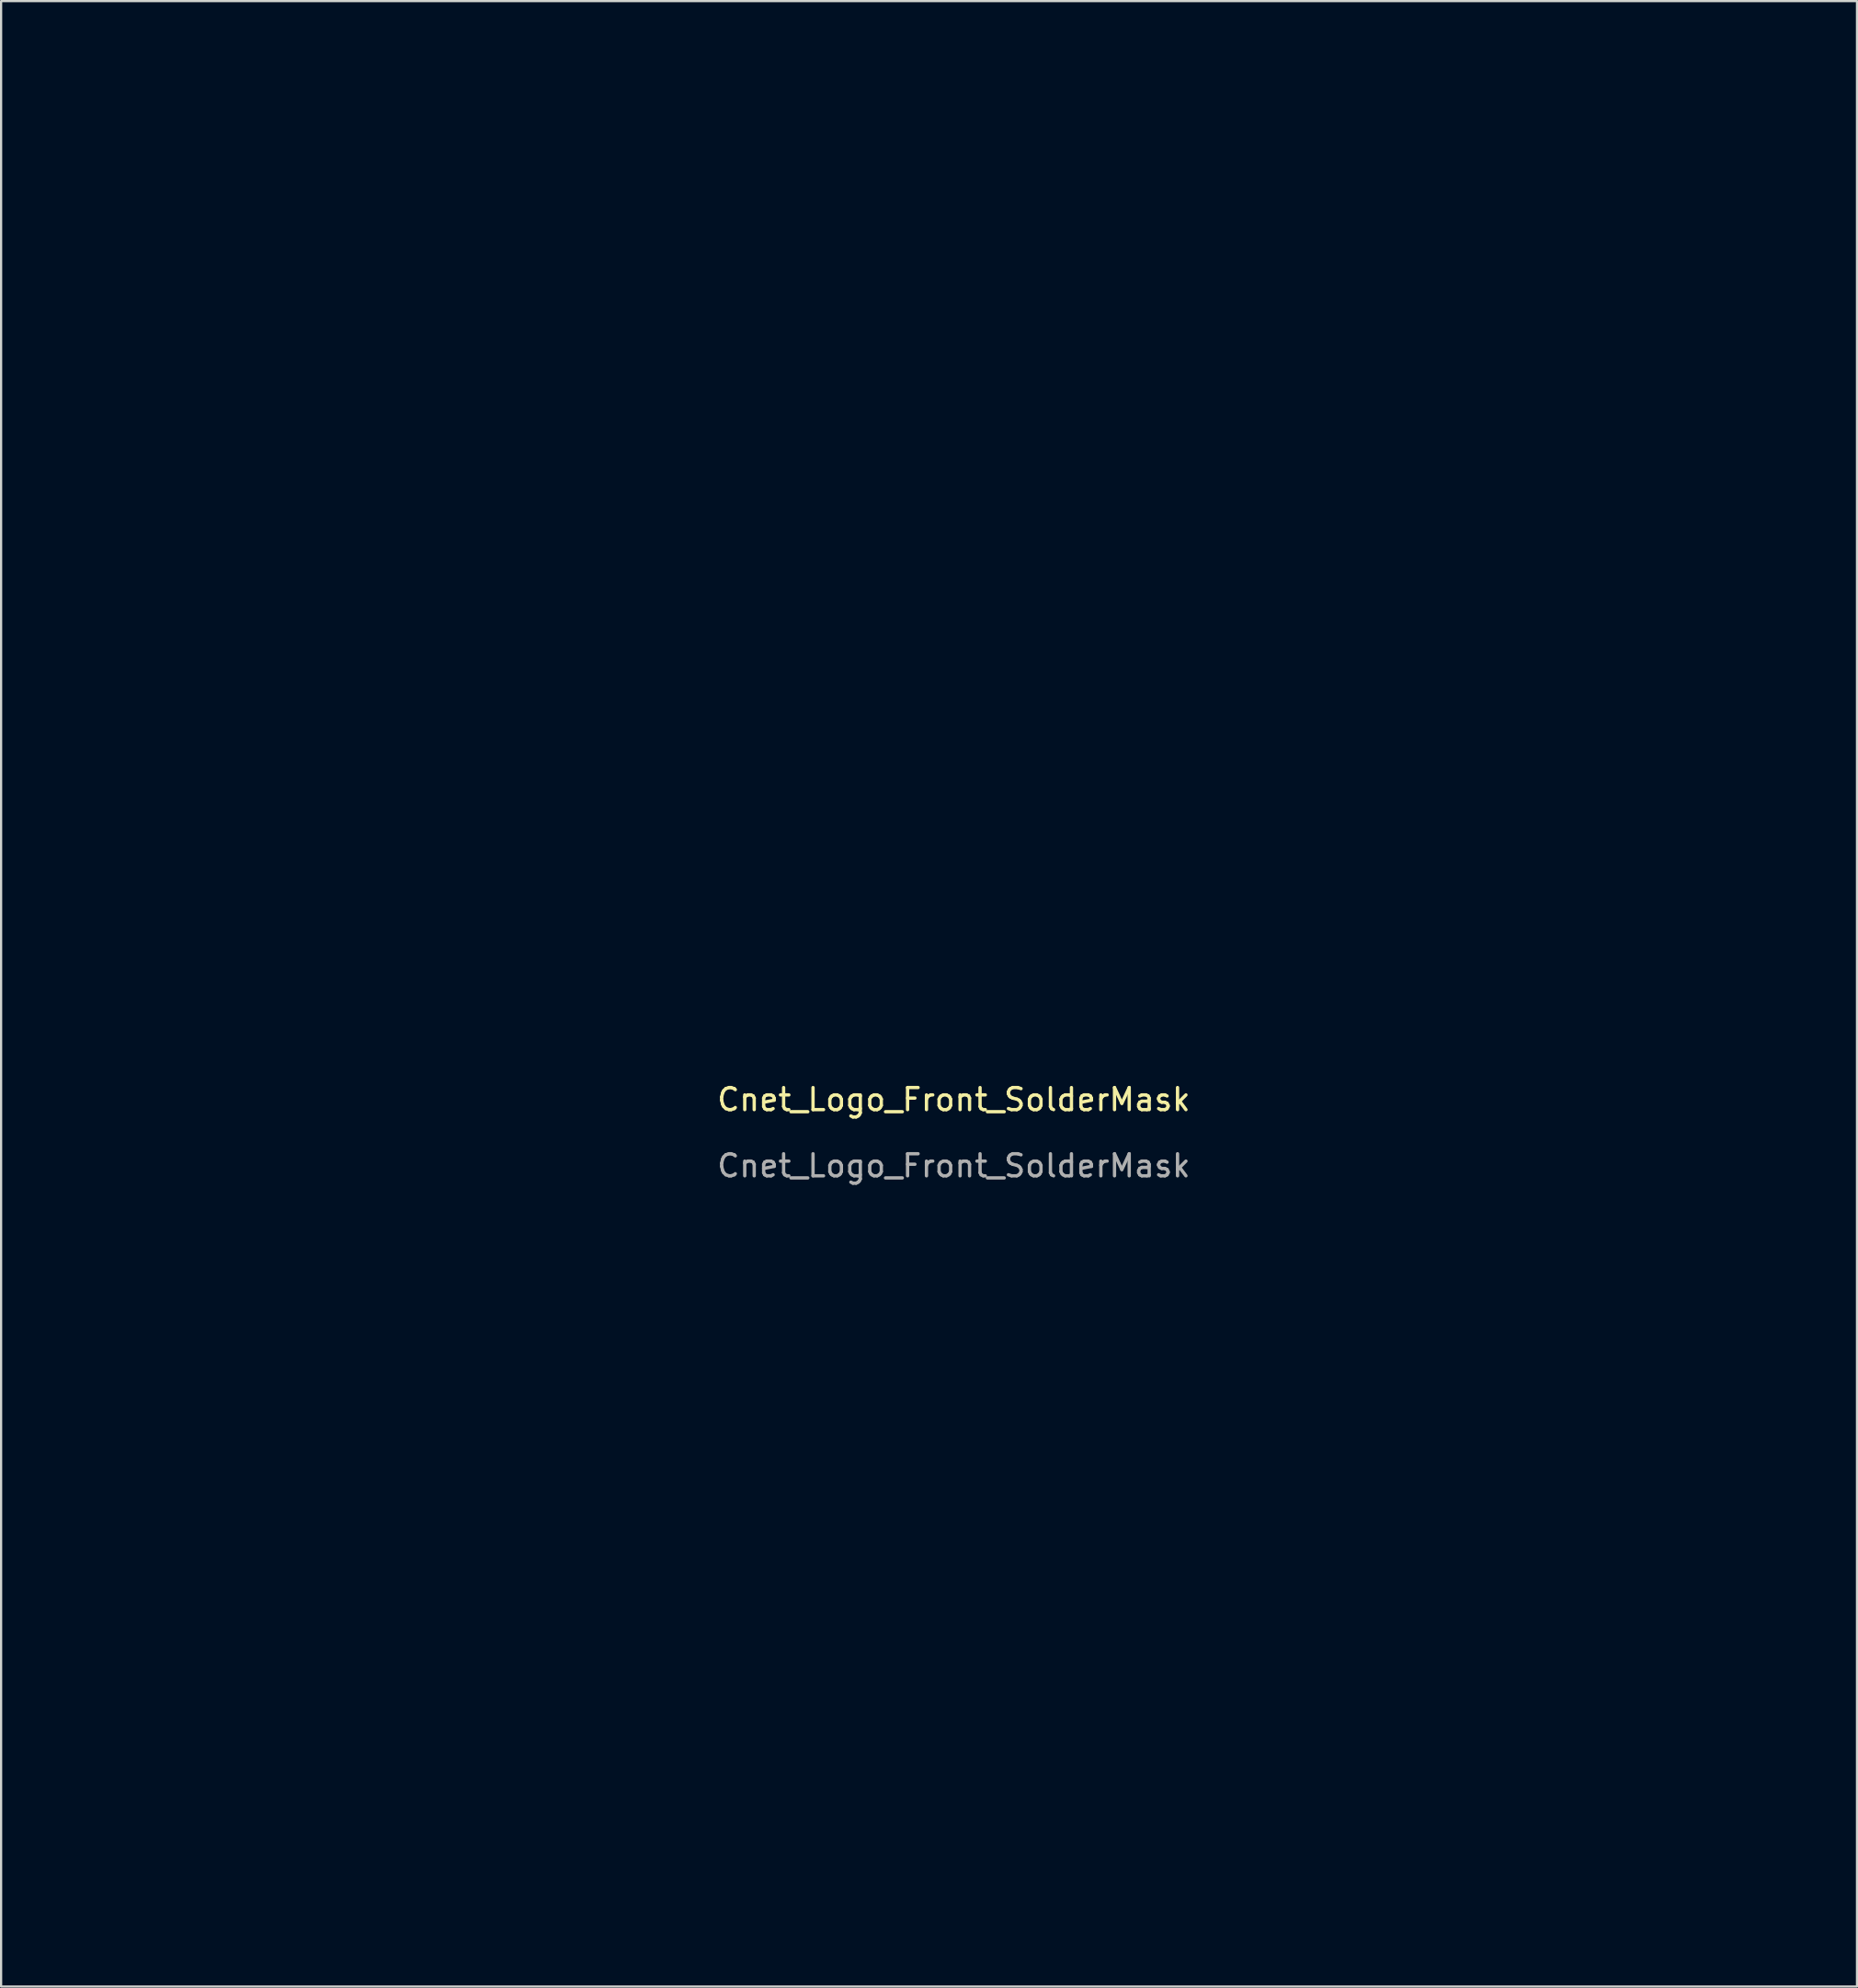
<source format=kicad_pcb>
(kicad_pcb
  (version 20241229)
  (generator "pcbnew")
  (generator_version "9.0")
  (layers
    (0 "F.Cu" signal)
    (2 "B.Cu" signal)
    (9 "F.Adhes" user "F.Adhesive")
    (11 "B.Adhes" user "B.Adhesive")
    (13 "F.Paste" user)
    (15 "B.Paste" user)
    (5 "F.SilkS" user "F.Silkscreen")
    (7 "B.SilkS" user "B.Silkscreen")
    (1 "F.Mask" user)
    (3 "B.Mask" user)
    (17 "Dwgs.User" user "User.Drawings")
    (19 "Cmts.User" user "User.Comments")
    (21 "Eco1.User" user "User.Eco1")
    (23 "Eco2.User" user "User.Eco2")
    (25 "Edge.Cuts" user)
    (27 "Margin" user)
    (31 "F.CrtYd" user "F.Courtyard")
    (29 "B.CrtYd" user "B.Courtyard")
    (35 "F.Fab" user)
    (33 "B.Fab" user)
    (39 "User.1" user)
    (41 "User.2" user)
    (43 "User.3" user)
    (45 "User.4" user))
  (footprint "Cnet_Logo_Front_SolderMask"
    (layer "F.Cu")
    (at 40.187 47.287)
    (property "Reference" "Cnet_Logo_Front_SolderMask" (at 0 -0.5 0) (unlocked yes) (layer "F.SilkS") (effects (font (size 1 1) (thickness 0.15))))
    (fp_poly (pts (xy -13.6 -21.55) (xy -13.65 -21.5) (xy -13.7 -21.55) (xy -13.65 -21.6)) (stroke (width 0) (type solid)) (fill yes) (layer "F.Mask"))
    (fp_poly (pts (xy -10.5 -46.05) (xy -10.55 -46) (xy -10.6 -46.05) (xy -10.55 -46.1)) (stroke (width 0) (type solid)) (fill yes) (layer "F.Mask"))
    (fp_poly (pts (xy -6.3 -21.85) (xy -6.35 -21.8) (xy -6.4 -21.85) (xy -6.35 -21.9)) (stroke (width 0) (type solid)) (fill yes) (layer "F.Mask"))
    (fp_poly (pts (xy 7.8 -46.65) (xy 7.75 -46.6) (xy 7.7 -46.65) (xy 7.75 -46.7)) (stroke (width 0) (type solid)) (fill yes) (layer "F.Mask"))
    (fp_poly (pts (xy 10.8 -21.55) (xy 10.75 -21.5) (xy 10.7 -21.55) (xy 10.75 -21.6)) (stroke (width 0) (type solid)) (fill yes) (layer "F.Mask"))
    (fp_poly (pts (xy 10.9 -46.05) (xy 10.85 -46) (xy 10.8 -46.05) (xy 10.85 -46.1)) (stroke (width 0) (type solid)) (fill yes) (layer "F.Mask"))
    (fp_poly (pts (xy 12.2 -18.15) (xy 12.15 -18.1) (xy 12.1 -18.15) (xy 12.15 -18.2)) (stroke (width 0) (type solid)) (fill yes) (layer "F.Mask"))
    (fp_poly (pts (xy 14.6 -19.25) (xy 14.55 -19.2) (xy 14.5 -19.25) (xy 14.55 -19.3)) (stroke (width 0) (type solid)) (fill yes) (layer "F.Mask"))
    (fp_poly (pts (xy 15.2 -22.25) (xy 15.15 -22.2) (xy 15.1 -22.25) (xy 15.15 -22.3)) (stroke (width 0) (type solid)) (fill yes) (layer "F.Mask"))
    (fp_poly (pts (xy 18.5 -24.45) (xy 18.45 -24.4) (xy 18.4 -24.45) (xy 18.45 -24.5)) (stroke (width 0) (type solid)) (fill yes) (layer "F.Mask"))
    (fp_poly (pts (xy 19.1 -22.25) (xy 19.05 -22.2) (xy 19 -22.25) (xy 19.05 -22.3)) (stroke (width 0) (type solid)) (fill yes) (layer "F.Mask"))
    (fp_poly (pts (xy 23.4 -27.55) (xy 23.35 -27.5) (xy 23.3 -27.55) (xy 23.35 -27.6)) (stroke (width 0) (type solid)) (fill yes) (layer "F.Mask"))
    (fp_poly (pts (xy 29.6 -36.55) (xy 29.55 -36.5) (xy 29.5 -36.55) (xy 29.55 -36.6)) (stroke (width 0) (type solid)) (fill yes) (layer "F.Mask"))
    (fp_poly (pts (xy 32.6 -34.25) (xy 32.55 -34.2) (xy 32.5 -34.25) (xy 32.55 -34.3)) (stroke (width 0) (type solid)) (fill yes) (layer "F.Mask"))
    (fp_poly (pts (xy 34.8 -25.95) (xy 34.75 -25.9) (xy 34.7 -25.95) (xy 34.75 -26)) (stroke (width 0) (type solid)) (fill yes) (layer "F.Mask"))
    (fp_poly (pts (xy -7.333 -46.667) (xy -7.347 -46.607) (xy -7.4 -46.6) (xy -7.482 -46.637) (xy -7.467 -46.667) (xy -7.348 -46.679)) (stroke (width 0) (type solid)) (fill yes) (layer "F.Mask"))
    (fp_poly (pts (xy -6.675 -46.766) (xy -6.662 -46.73) (xy -6.8 -46.716) (xy -6.942 -46.732) (xy -6.925 -46.766) (xy -6.72 -46.779)) (stroke (width 0) (type solid)) (fill yes) (layer "F.Mask"))
    (fp_poly (pts (xy -0.775 -13.966) (xy -0.762 -13.93) (xy -0.9 -13.916) (xy -1.042 -13.932) (xy -1.025 -13.966) (xy -0.82 -13.979)) (stroke (width 0) (type solid)) (fill yes) (layer "F.Mask"))
    (fp_poly (pts (xy 7.173 -46.76) (xy 7.143 -46.715) (xy 7.042 -46.708) (xy 6.935 -46.732) (xy 6.981 -46.768) (xy 7.138 -46.78)) (stroke (width 0) (type solid)) (fill yes) (layer "F.Mask"))
    (fp_poly (pts (xy 9.525 -21.066) (xy 9.538 -21.03) (xy 9.4 -21.016) (xy 9.258 -21.032) (xy 9.275 -21.066) (xy 9.48 -21.079)) (stroke (width 0) (type solid)) (fill yes) (layer "F.Mask"))
    (fp_poly (pts (xy 17.325 -34.666) (xy 17.338 -34.63) (xy 17.2 -34.616) (xy 17.058 -34.632) (xy 17.075 -34.666) (xy 17.28 -34.679)) (stroke (width 0) (type solid)) (fill yes) (layer "F.Mask"))
    (fp_poly (pts (xy 29.767 -36.867) (xy 29.779 -36.748) (xy 29.767 -36.733) (xy 29.707 -36.747) (xy 29.7 -36.8) (xy 29.737 -36.882)) (stroke (width 0) (type solid)) (fill yes) (layer "F.Mask"))
    (fp_poly (pts (xy 30.367 -36.367) (xy 30.379 -36.248) (xy 30.367 -36.233) (xy 30.307 -36.247) (xy 30.3 -36.3) (xy 30.337 -36.382)) (stroke (width 0) (type solid)) (fill yes) (layer "F.Mask"))
    (fp_poly (pts (xy 34.125 -23.466) (xy 34.138 -23.43) (xy 34 -23.416) (xy 33.858 -23.432) (xy 33.875 -23.466) (xy 34.08 -23.479)) (stroke (width 0) (type solid)) (fill yes) (layer "F.Mask"))
    (fp_poly (pts (xy -3.025 -47.169) (xy -2.994 -47.14) (xy -3.132 -47.124) (xy -3.2 -47.123) (xy -3.382 -47.134) (xy -3.403 -47.16) (xy -3.375 -47.169) (xy -3.121 -47.184)) (stroke (width 0) (type solid)) (fill yes) (layer "F.Mask"))
    (fp_poly (pts (xy 3.625 -47.171) (xy 3.672 -47.146) (xy 3.547 -47.13) (xy 3.4 -47.127) (xy 3.184 -47.135) (xy 3.124 -47.155) (xy 3.175 -47.171) (xy 3.466 -47.187)) (stroke (width 0) (type solid)) (fill yes) (layer "F.Mask"))
    (fp_poly (pts (xy 21.269 -22.335) (xy 21.25 -22.3) (xy 21.156 -22.204) (xy 21.138 -22.2) (xy 21.131 -22.265) (xy 21.15 -22.3) (xy 21.244 -22.396) (xy 21.262 -22.4)) (stroke (width 0) (type solid)) (fill yes) (layer "F.Mask"))
    (fp_poly (pts (xy 23.175 -23.369) (xy 23.206 -23.34) (xy 23.068 -23.324) (xy 23 -23.323) (xy 22.818 -23.334) (xy 22.797 -23.36) (xy 22.825 -23.369) (xy 23.079 -23.384)) (stroke (width 0) (type solid)) (fill yes) (layer "F.Mask"))
    (fp_poly (pts (xy 36.825 -26.371) (xy 36.872 -26.346) (xy 36.747 -26.33) (xy 36.6 -26.327) (xy 36.384 -26.335) (xy 36.324 -26.355) (xy 36.375 -26.371) (xy 36.666 -26.387)) (stroke (width 0) (type solid)) (fill yes) (layer "F.Mask"))
    (fp_poly (pts (xy 36.825 -29.834) (xy 36.9 -29.75) (xy 36.965 -29.635) (xy 36.86 -29.601) (xy 36.815 -29.6) (xy 36.663 -29.645) (xy 36.664 -29.75) (xy 36.728 -29.881) (xy 36.748 -29.9)) (stroke (width 0) (type solid)) (fill yes) (layer "F.Mask"))
    (fp_poly (pts (xy 0.965 -47.277) (xy 1.025 -47.275) (xy 1.217 -47.265) (xy 1.222 -47.256) (xy 1.054 -47.249) (xy 0.726 -47.244) (xy 0.25 -47.242) (xy 0.1 -47.242) (xy -0.412 -47.243) (xy -0.781 -47.247) (xy -0.994 -47.254) (xy -1.036 -47.262) (xy -0.895 -47.272) (xy -0.825 -47.275) (xy -0.257 -47.286) (xy 0.382 -47.287)) (stroke (width 0) (type solid)) (fill yes) (layer "F.Mask"))
    (fp_poly (pts (xy 18.043 -21.681) (xy 18.279 -21.531) (xy 18.475 -21.37) (xy 18.664 -21.079) (xy 18.671 -20.739) (xy 18.497 -20.379) (xy 18.441 -20.308) (xy 18.267 -20.127) (xy 18.087 -20.035) (xy 17.825 -20.003) (xy 17.624 -20) (xy 17.333 -20.01) (xy 17.156 -20.034) (xy 17.127 -20.06) (xy 17.102 -20.158) (xy 16.959 -20.316) (xy 16.937 -20.335) (xy 16.738 -20.599) (xy 16.645 -20.981) (xy 16.643 -21) (xy 16.628 -21.238) (xy 16.64 -21.341) (xy 16.658 -21.325) (xy 16.771 -21.206) (xy 16.867 -21.242) (xy 16.874 -21.389) (xy 16.905 -21.576) (xy 17.062 -21.687) (xy 17.248 -21.741) (xy 17.3 -21.698) (xy 17.386 -21.624) (xy 17.55 -21.6) (xy 17.738 -21.635) (xy 17.8 -21.704) (xy 17.868 -21.746)) (stroke (width 0) (type solid)) (fill yes) (layer "F.Mask"))
    (fp_poly (pts (xy 28.733 10.473) (xy 29.122 10.549) (xy 29.351 10.714) (xy 29.412 10.938) (xy 29.295 11.189) (xy 29.025 11.414) (xy 28.61 11.688) (xy 28.168 12.011) (xy 27.75 12.344) (xy 27.407 12.646) (xy 27.211 12.85) (xy 26.927 13.171) (xy 26.573 13.53) (xy 26.19 13.894) (xy 25.818 14.224) (xy 25.494 14.487) (xy 25.259 14.644) (xy 25.228 14.659) (xy 24.922 14.77) (xy 24.682 14.778) (xy 24.442 14.703) (xy 24.288 14.572) (xy 24.082 14.304) (xy 23.849 13.947) (xy 23.617 13.549) (xy 23.414 13.155) (xy 23.266 12.813) (xy 23.201 12.571) (xy 23.2 12.549) (xy 23.272 12.41) (xy 23.453 12.198) (xy 23.695 11.962) (xy 23.947 11.751) (xy 24.16 11.611) (xy 24.173 11.605) (xy 24.613 11.412) (xy 25.003 11.254) (xy 25.311 11.143) (xy 25.502 11.092) (xy 25.545 11.108) (xy 25.561 11.194) (xy 25.594 11.2) (xy 25.688 11.119) (xy 25.7 11.05) (xy 25.786 10.929) (xy 25.937 10.9) (xy 26.18 10.867) (xy 26.498 10.784) (xy 26.6 10.75) (xy 26.946 10.638) (xy 27.13 10.607) (xy 27.171 10.654) (xy 27.15 10.7) (xy 27.181 10.779) (xy 27.294 10.8) (xy 27.466 10.752) (xy 27.485 10.648) (xy 27.375 10.566) (xy 27.392 10.536) (xy 27.564 10.508) (xy 27.842 10.485) (xy 28.181 10.471) (xy 28.535 10.468)) (stroke (width 0) (type solid)) (fill yes) (layer "F.Mask"))
    (fp_poly (pts (xy -19.084 6.063) (xy -18.866 6.229) (xy -18.801 6.429) (xy -18.856 6.597) (xy -18.994 6.818) (xy -19.178 7.051) (xy -19.369 7.251) (xy -19.53 7.375) (xy -19.625 7.382) (xy -19.63 7.372) (xy -19.663 7.362) (xy -19.677 7.5) (xy -19.721 7.857) (xy -19.836 8.313) (xy -19.998 8.79) (xy -20.111 9.057) (xy -20.227 9.333) (xy -20.294 9.545) (xy -20.3 9.593) (xy -20.344 9.744) (xy -20.46 10.009) (xy -20.598 10.286) (xy -20.762 10.631) (xy -20.934 11.046) (xy -21.092 11.475) (xy -21.218 11.863) (xy -21.29 12.152) (xy -21.3 12.243) (xy -21.344 12.417) (xy -21.46 12.718) (xy -21.626 13.096) (xy -21.817 13.502) (xy -22.011 13.886) (xy -22.185 14.2) (xy -22.308 14.385) (xy -22.634 14.658) (xy -23.001 14.749) (xy -23.276 14.694) (xy -23.49 14.537) (xy -23.615 14.357) (xy -23.659 14.1) (xy -23.6 14.1) (xy -23.563 14.182) (xy -23.533 14.167) (xy -23.521 14.048) (xy -23.533 14.033) (xy -23.593 14.047) (xy -23.6 14.1) (xy -23.659 14.1) (xy -23.667 14.054) (xy -23.554 13.71) (xy -23.269 13.309) (xy -23.093 13.117) (xy -22.877 12.871) (xy -22.734 12.667) (xy -22.698 12.579) (xy -22.674 12.51) (xy -22.608 12.59) (xy -22.542 12.65) (xy -22.518 12.527) (xy -22.517 12.49) (xy -22.455 11.942) (xy -22.292 11.396) (xy -22.055 10.933) (xy -21.934 10.775) (xy -21.753 10.553) (xy -21.652 10.355) (xy -21.607 10.105) (xy -21.596 9.732) (xy -21.596 9.725) (xy -21.573 9.282) (xy -21.541 9.142) (xy -21.492 9.142) (xy -21.474 9.271) (xy -21.44 9.273) (xy -21.416 9.139) (xy -21.432 9.081) (xy -21.476 9.043) (xy -21.492 9.142) (xy -21.541 9.142) (xy -21.498 8.953) (xy -21.354 8.654) (xy -21.351 8.65) (xy -21.222 8.433) (xy -21.167 8.433) (xy -21.153 8.493) (xy -21.1 8.5) (xy -21.018 8.463) (xy -21.033 8.433) (xy -21.152 8.421) (xy -21.167 8.433) (xy -21.222 8.433) (xy -21.036 8.121) (xy -20.812 7.731) (xy -20.664 7.452) (xy -20.575 7.254) (xy -20.538 7.136) (xy -20.422 6.899) (xy -20.209 6.619) (xy -20.046 6.45) (xy -18.981 6.45) (xy -18.97 6.621) (xy -18.938 6.636) (xy -18.934 6.627) (xy -18.915 6.428) (xy -18.931 6.327) (xy -18.963 6.286) (xy -18.98 6.419) (xy -18.981 6.45) (xy -20.046 6.45) (xy -19.945 6.344) (xy -19.68 6.124) (xy -19.461 6.008) (xy -19.411 6)) (stroke (width 0) (type solid)) (fill yes) (layer "F.Mask"))
    (fp_poly (pts (xy 29.4 -36.395) (xy 29.4 -36.393) (xy 29.489 -36.334) (xy 29.709 -36.302) (xy 29.789 -36.3) (xy 30.101 -36.259) (xy 30.237 -36.149) (xy 30.327 -36.031) (xy 30.372 -36.024) (xy 30.486 -35.976) (xy 30.705 -35.824) (xy 30.991 -35.6) (xy 31.305 -35.338) (xy 31.608 -35.07) (xy 31.863 -34.831) (xy 32.029 -34.651) (xy 32.073 -34.573) (xy 32.132 -34.47) (xy 32.2 -34.454) (xy 32.322 -34.367) (xy 32.35 -34.25) (xy 32.422 -34.081) (xy 32.523 -34.049) (xy 32.667 -33.979) (xy 32.91 -33.788) (xy 33.23 -33.5) (xy 33.601 -33.142) (xy 34.001 -32.738) (xy 34.404 -32.314) (xy 34.787 -31.896) (xy 35.126 -31.508) (xy 35.396 -31.177) (xy 35.574 -30.927) (xy 35.635 -30.784) (xy 35.631 -30.77) (xy 35.633 -30.715) (xy 35.671 -30.732) (xy 35.807 -30.715) (xy 35.943 -30.608) (xy 36.048 -30.456) (xy 36.002 -30.373) (xy 35.981 -30.363) (xy 35.917 -30.319) (xy 36 -30.318) (xy 36.202 -30.29) (xy 36.4 -30.222) (xy 36.545 -30.141) (xy 36.496 -30.107) (xy 36.482 -30.106) (xy 36.317 -30.014) (xy 36.229 -29.797) (xy 36.243 -29.524) (xy 36.252 -29.495) (xy 36.325 -29.354) (xy 36.443 -29.389) (xy 36.483 -29.42) (xy 36.507 -29.415) (xy 36.418 -29.286) (xy 36.236 -29.059) (xy 36.187 -29) (xy 35.665 -28.512) (xy 35.062 -28.198) (xy 34.364 -28.054) (xy 33.755 -28.055) (xy 33.424 -28.071) (xy 33.199 -28.067) (xy 33.125 -28.042) (xy 33.128 -28.039) (xy 33.093 -27.959) (xy 32.917 -27.839) (xy 32.65 -27.701) (xy 32.341 -27.568) (xy 32.038 -27.462) (xy 31.792 -27.405) (xy 31.732 -27.4) (xy 31.531 -27.43) (xy 31.237 -27.509) (xy 30.898 -27.618) (xy 30.561 -27.741) (xy 30.275 -27.859) (xy 30.088 -27.957) (xy 30.046 -28.012) (xy 30.004 -28.055) (xy 29.826 -28.086) (xy 29.574 -28.102) (xy 29.312 -28.097) (xy 29.102 -28.069) (xy 29.1 -28.069) (xy 28.548 -27.851) (xy 28.143 -27.534) (xy 27.891 -27.148) (xy 27.8 -26.721) (xy 27.878 -26.28) (xy 28.132 -25.855) (xy 28.437 -25.566) (xy 28.868 -25.358) (xy 29.398 -25.296) (xy 29.986 -25.383) (xy 30.191 -25.447) (xy 30.426 -25.515) (xy 30.546 -25.52) (xy 30.548 -25.497) (xy 30.526 -25.407) (xy 30.615 -25.429) (xy 30.764 -25.55) (xy 30.89 -25.622) (xy 31.117 -25.669) (xy 31.478 -25.695) (xy 31.982 -25.703) (xy 32.528 -25.714) (xy 33.095 -25.742) (xy 33.596 -25.781) (xy 33.791 -25.802) (xy 34.222 -25.847) (xy 34.498 -25.844) (xy 34.658 -25.792) (xy 34.677 -25.778) (xy 34.817 -25.716) (xy 34.946 -25.827) (xy 34.948 -25.831) (xy 35.109 -25.965) (xy 35.36 -26.094) (xy 35.641 -26.197) (xy 35.892 -26.254) (xy 36.053 -26.244) (xy 36.078 -26.216) (xy 36.197 -26.146) (xy 36.47 -26.106) (xy 36.664 -26.1) (xy 36.984 -26.116) (xy 37.142 -26.161) (xy 37.15 -26.2) (xy 37.126 -26.295) (xy 37.227 -26.275) (xy 37.425 -26.151) (xy 37.598 -26.016) (xy 37.796 -25.831) (xy 37.899 -25.654) (xy 37.938 -25.406) (xy 37.944 -25.167) (xy 37.938 -24.851) (xy 37.891 -24.633) (xy 37.768 -24.438) (xy 37.538 -24.191) (xy 37.492 -24.145) (xy 37.034 -23.687) (xy 35.805 -23.6) (xy 35.028 -23.564) (xy 34.392 -23.574) (xy 33.988 -23.618) (xy 33.513 -23.675) (xy 33.217 -23.647) (xy 33.102 -23.534) (xy 33.1 -23.51) (xy 33.183 -23.412) (xy 33.275 -23.379) (xy 33.239 -23.361) (xy 33.031 -23.333) (xy 32.678 -23.297) (xy 32.21 -23.258) (xy 31.707 -23.22) (xy 30.964 -23.173) (xy 30.415 -23.153) (xy 30.054 -23.158) (xy 29.876 -23.188) (xy 29.862 -23.198) (xy 29.703 -23.262) (xy 29.436 -23.293) (xy 29.136 -23.294) (xy 28.882 -23.262) (xy 28.75 -23.2) (xy 28.799 -23.135) (xy 29.018 -23.094) (xy 29.169 -23.085) (xy 29.258 -23.074) (xy 29.168 -23.056) (xy 28.919 -23.032) (xy 28.532 -23.005) (xy 28.4 -22.997) (xy 27.827 -22.958) (xy 27.24 -22.905) (xy 26.715 -22.847) (xy 26.384 -22.801) (xy 25.961 -22.74) (xy 25.659 -22.726) (xy 25.404 -22.76) (xy 25.141 -22.838) (xy 24.825 -22.933) (xy 24.565 -22.992) (xy 24.482 -23) (xy 24.33 -23.047) (xy 24.3 -23.104) (xy 24.225 -23.186) (xy 24.175 -23.185) (xy 23.91 -23.208) (xy 23.676 -23.342) (xy 23.57 -23.503) (xy 23.496 -23.63) (xy 23.326 -23.688) (xy 23.072 -23.7) (xy 22.771 -23.666) (xy 22.542 -23.581) (xy 22.431 -23.469) (xy 22.461 -23.373) (xy 22.42 -23.299) (xy 22.252 -23.183) (xy 22.017 -23.054) (xy 21.773 -22.945) (xy 21.581 -22.886) (xy 21.525 -22.884) (xy 21.425 -22.822) (xy 21.4 -22.704) (xy 21.331 -22.534) (xy 21.2 -22.5) (xy 21.032 -22.428) (xy 21 -22.312) (xy 20.908 -22.138) (xy 20.653 -22.031) (xy 20.35 -22.002) (xy 20.048 -22.034) (xy 19.747 -22.117) (xy 19.511 -22.227) (xy 19.402 -22.341) (xy 19.4 -22.355) (xy 19.31 -22.469) (xy 19.1 -22.5) (xy 18.889 -22.47) (xy 18.8 -22.399) (xy 18.8 -22.398) (xy 18.729 -22.365) (xy 18.551 -22.426) (xy 18.314 -22.553) (xy 18.07 -22.718) (xy 17.87 -22.891) (xy 17.817 -22.951) (xy 17.682 -23.183) (xy 17.682 -23.425) (xy 17.708 -23.528) (xy 17.855 -23.812) (xy 18.003 -23.967) (xy 37.033 -23.967) (xy 37.047 -23.907) (xy 37.1 -23.9) (xy 37.182 -23.937) (xy 37.167 -23.967) (xy 37.048 -23.979) (xy 37.033 -23.967) (xy 18.003 -23.967) (xy 18.096 -24.063) (xy 18.362 -24.223) (xy 18.498 -24.25) (xy 18.632 -24.33) (xy 18.65 -24.4) (xy 18.736 -24.564) (xy 18.939 -24.695) (xy 19.176 -24.75) (xy 19.278 -24.736) (xy 19.384 -24.714) (xy 19.317 -24.777) (xy 19.265 -24.875) (xy 19.386 -24.952) (xy 19.653 -24.995) (xy 19.815 -25) (xy 20.02 -25.021) (xy 20.071 -25.108) (xy 20.053 -25.192) (xy 20.047 -25.376) (xy 20.096 -25.447) (xy 20.182 -25.601) (xy 20.193 -25.843) (xy 20.192 -25.85) (xy 20.3 -25.85) (xy 20.35 -25.8) (xy 20.4 -25.85) (xy 20.35 -25.9) (xy 20.3 -25.85) (xy 20.192 -25.85) (xy 20.148 -26.031) (xy 21.319 -26.031) (xy 21.357 -25.698) (xy 21.575 -25.346) (xy 21.764 -25.146) (xy 21.954 -25.046) (xy 22.227 -25.011) (xy 22.375 -25.007) (xy 22.724 -25.023) (xy 22.886 -25.086) (xy 22.901 -25.125) (xy 22.989 -25.288) (xy 23.211 -25.46) (xy 23.505 -25.605) (xy 23.81 -25.691) (xy 23.928 -25.7) (xy 24.172 -25.679) (xy 24.25 -25.607) (xy 24.241 -25.562) (xy 24.269 -25.456) (xy 24.469 -25.392) (xy 24.553 -25.381) (xy 24.81 -25.372) (xy 24.944 -25.445) (xy 25.003 -25.559) (xy 25.151 -25.798) (xy 25.271 -25.915) (xy 25.581 -26.215) (xy 25.809 -26.574) (xy 25.909 -26.919) (xy 25.91 -26.938) (xy 25.92 -27.142) (xy 25.945 -27.158) (xy 26 -27) (xy 26.05 -26.871) (xy 26.076 -26.903) (xy 26.089 -27.114) (xy 26.09 -27.164) (xy 26.065 -27.477) (xy 25.967 -27.628) (xy 25.945 -27.638) (xy 25.841 -27.646) (xy 25.862 -27.574) (xy 25.854 -27.538) (xy 25.734 -27.625) (xy 25.506 -27.727) (xy 25.144 -27.788) (xy 24.709 -27.804) (xy 24.264 -27.772) (xy 23.899 -27.7) (xy 23.623 -27.65) (xy 23.517 -27.7) (xy 23.406 -27.789) (xy 23.238 -27.787) (xy 23.114 -27.705) (xy 23.1 -27.653) (xy 23.017 -27.551) (xy 22.807 -27.401) (xy 22.524 -27.235) (xy 22.225 -27.084) (xy 21.966 -26.98) (xy 21.85 -26.952) (xy 21.775 -26.865) (xy 21.778 -26.812) (xy 21.719 -26.687) (xy 21.603 -26.63) (xy 21.439 -26.548) (xy 21.4 -26.482) (xy 21.466 -26.438) (xy 21.525 -26.461) (xy 21.562 -26.454) (xy 21.475 -26.334) (xy 21.475 -26.334) (xy 21.319 -26.031) (xy 20.148 -26.031) (xy 20.135 -26.081) (xy 20.056 -26.195) (xy 19.895 -26.252) (xy 19.641 -26.274) (xy 19.36 -26.264) (xy 19.117 -26.225) (xy 18.98 -26.163) (xy 18.969 -26.129) (xy 18.894 -26.049) (xy 18.678 -25.944) (xy 18.469 -25.87) (xy 18.053 -25.771) (xy 17.704 -25.772) (xy 17.55 -25.801) (xy 16.85 -25.895) (xy 16.219 -25.84) (xy 15.771 -25.68) (xy 15.486 -25.554) (xy 15.253 -25.487) (xy 15.187 -25.485) (xy 15.015 -25.426) (xy 14.965 -25.354) (xy 14.851 -25.219) (xy 14.786 -25.2) (xy 14.616 -25.14) (xy 14.508 -25.066) (xy 14.332 -24.957) (xy 14.026 -24.804) (xy 13.639 -24.627) (xy 13.221 -24.447) (xy 12.82 -24.286) (xy 12.486 -24.165) (xy 12.268 -24.103) (xy 12.234 -24.1) (xy 12.023 -24.056) (xy 11.744 -23.946) (xy 11.68 -23.915) (xy 11.448 -23.813) (xy 11.363 -23.82) (xy 11.37 -23.865) (xy 11.34 -23.983) (xy 11.272 -24) (xy 11.125 -23.917) (xy 11.077 -23.821) (xy 10.957 -23.677) (xy 10.72 -23.549) (xy 10.665 -23.531) (xy 10.448 -23.481) (xy 10.352 -23.492) (xy 10.356 -23.509) (xy 10.328 -23.587) (xy 10.256 -23.6) (xy 10.12 -23.523) (xy 10.1 -23.45) (xy 10.051 -23.317) (xy 10.009 -23.3) (xy 9.879 -23.23) (xy 9.664 -23.047) (xy 9.404 -22.795) (xy 9.142 -22.514) (xy 8.919 -22.246) (xy 8.802 -22.081) (xy 8.648 -21.793) (xy 8.62 -21.594) (xy 8.721 -21.413) (xy 8.839 -21.291) (xy 8.989 -21.098) (xy 9.031 -20.939) (xy 9.029 -20.93) (xy 9.057 -20.843) (xy 9.244 -20.804) (xy 9.4 -20.8) (xy 9.666 -20.815) (xy 9.77 -20.869) (xy 9.764 -20.95) (xy 9.773 -21.079) (xy 9.828 -21.101) (xy 9.997 -21.145) (xy 10.234 -21.25) (xy 10.238 -21.252) (xy 10.506 -21.343) (xy 10.648 -21.302) (xy 10.799 -21.254) (xy 10.889 -21.38) (xy 10.901 -21.492) (xy 10.98 -21.64) (xy 10.989 -21.65) (xy 11 -21.65) (xy 11.05 -21.6) (xy 11.1 -21.65) (xy 11.05 -21.7) (xy 11 -21.65) (xy 10.989 -21.65) (xy 11.186 -21.855) (xy 11.474 -22.102) (xy 11.8 -22.344) (xy 12.119 -22.547) (xy 12.385 -22.675) (xy 12.403 -22.681) (xy 12.926 -22.802) (xy 13.498 -22.863) (xy 14.035 -22.858) (xy 14.393 -22.802) (xy 14.657 -22.714) (xy 14.734 -22.639) (xy 14.697 -22.598) (xy 14.635 -22.512) (xy 14.706 -22.376) (xy 14.831 -22.241) (xy 15.019 -22.083) (xy 15.149 -22.026) (xy 15.167 -22.033) (xy 15.25 -22.002) (xy 15.365 -21.838) (xy 15.368 -21.831) (xy 15.449 -21.616) (xy 15.402 -21.502) (xy 15.39 -21.494) (xy 15.328 -21.373) (xy 15.4 -21.247) (xy 15.534 -21.2) (xy 15.65 -21.116) (xy 15.765 -20.913) (xy 15.77 -20.899) (xy 15.822 -20.713) (xy 15.801 -20.651) (xy 15.792 -20.655) (xy 15.725 -20.614) (xy 15.7 -20.45) (xy 15.73 -20.269) (xy 15.825 -20.265) (xy 15.825 -20.265) (xy 15.871 -20.255) (xy 15.8 -20.113) (xy 15.789 -20.096) (xy 15.539 -19.827) (xy 15.203 -19.606) (xy 14.852 -19.473) (xy 14.575 -19.458) (xy 14.364 -19.468) (xy 14.287 -19.408) (xy 14.264 -19.209) (xy 14.262 -19.196) (xy 14.17 -19.057) (xy 13.99 -18.935) (xy 13.869 -18.902) (xy 13.833 -18.963) (xy 13.85 -19) (xy 13.842 -19.092) (xy 13.806 -19.1) (xy 13.712 -19.019) (xy 13.7 -18.95) (xy 13.628 -18.817) (xy 13.566 -18.8) (xy 13.411 -18.755) (xy 13.147 -18.637) (xy 12.894 -18.506) (xy 12.552 -18.338) (xy 12.336 -18.284) (xy 12.229 -18.317) (xy 12.041 -18.378) (xy 11.868 -18.31) (xy 11.8 -18.16) (xy 11.715 -18.013) (xy 11.514 -17.934) (xy 11.277 -17.954) (xy 11.264 -17.958) (xy 11.127 -17.961) (xy 11.1 -17.911) (xy 11.18 -17.801) (xy 11.225 -17.79) (xy 11.237 -17.764) (xy 11.108 -17.715) (xy 10.893 -17.656) (xy 10.648 -17.603) (xy 10.426 -17.57) (xy 10.4 -17.568) (xy 10.199 -17.519) (xy 10.12 -17.45) (xy 10.019 -17.34) (xy 9.81 -17.201) (xy 9.77 -17.179) (xy 9.541 -17.071) (xy 9.373 -17.013) (xy 9.303 -17.014) (xy 9.373 -17.082) (xy 9.4 -17.1) (xy 9.468 -17.169) (xy 9.363 -17.196) (xy 9.275 -17.198) (xy 9.066 -17.161) (xy 9 -17.074) (xy 9.104 -16.975) (xy 9.125 -16.966) (xy 9.098 -16.941) (xy 8.91 -16.92) (xy 8.602 -16.908) (xy 8.564 -16.908) (xy 8.2 -16.911) (xy 8 -16.934) (xy 7.928 -16.987) (xy 7.936 -17.05) (xy 7.922 -17.179) (xy 7.855 -17.2) (xy 7.707 -17.138) (xy 7.683 -17.098) (xy 7.598 -17.096) (xy 7.422 -17.209) (xy 7.324 -17.292) (xy 7.135 -17.5) (xy 7.2 -17.5) (xy 7.237 -17.418) (xy 7.267 -17.433) (xy 7.279 -17.552) (xy 7.267 -17.567) (xy 7.207 -17.553) (xy 7.2 -17.5) (xy 7.135 -17.5) (xy 7.107 -17.53) (xy 7.016 -17.773) (xy 7.002 -18.019) (xy 7.032 -18.38) (xy 7.112 -18.623) (xy 7.228 -18.709) (xy 7.236 -18.709) (xy 7.3 -18.75) (xy 7.3 -18.95) (xy 7.228 -19.083) (xy 7.165 -19.1) (xy 7.002 -19.169) (xy 6.85 -19.3) (xy 6.653 -19.452) (xy 6.496 -19.5) (xy 6.334 -19.584) (xy 6.271 -19.7) (xy 6.151 -19.862) (xy 5.965 -19.892) (xy 5.797 -19.79) (xy 5.749 -19.696) (xy 5.6 -19.517) (xy 5.396 -19.434) (xy 5.197 -19.375) (xy 5.124 -19.313) (xy 5.093 -19.192) (xy 4.993 -18.973) (xy 4.965 -18.92) (xy 4.879 -18.712) (xy 4.831 -18.461) (xy 4.817 -18.112) (xy 4.828 -17.647) (xy 4.843 -17.201) (xy 4.838 -16.908) (xy 4.805 -16.721) (xy 4.737 -16.593) (xy 4.64 -16.491) (xy 4.452 -16.356) (xy 4.232 -16.317) (xy 3.982 -16.342) (xy 3.669 -16.376) (xy 3.236 -16.408) (xy 2.723 -16.435) (xy 2.171 -16.456) (xy 1.619 -16.471) (xy 1.108 -16.478) (xy 0.678 -16.477) (xy 0.369 -16.466) (xy 0.224 -16.445) (xy -0.003 -16.389) (xy -0.1 -16.388) (xy -0.192 -16.384) (xy -0.12 -16.32) (xy -0.047 -16.224) (xy -0.145 -16.104) (xy -0.145 -16.104) (xy -0.228 -15.942) (xy -0.282 -15.662) (xy -0.304 -15.334) (xy -0.292 -15.026) (xy -0.243 -14.807) (xy -0.2 -14.75) (xy -0.104 -14.591) (xy -0.147 -14.367) (xy -0.314 -14.144) (xy -0.317 -14.14) (xy -0.448 -14.041) (xy -0.471 -14.059) (xy -0.468 -14.065) (xy -0.504 -14.154) (xy -0.734 -14.21) (xy -0.779 -14.215) (xy -1.195 -14.23) (xy -1.423 -14.177) (xy -1.466 -14.057) (xy -1.463 -14.047) (xy -1.514 -13.947) (xy -1.727 -13.867) (xy -2.063 -13.813) (xy -2.483 -13.79) (xy -2.95 -13.801) (xy -3.2 -13.823) (xy -3.393 -13.805) (xy -3.45 -13.671) (xy -3.45 -13.66) (xy -3.534 -13.473) (xy -3.65 -13.392) (xy -3.753 -13.33) (xy -3.71 -13.307) (xy -3.63 -13.273) (xy -3.696 -13.16) (xy -3.735 -13.117) (xy -3.863 -12.932) (xy -3.9 -12.82) (xy -3.982 -12.67) (xy -4.183 -12.5) (xy -4.43 -12.355) (xy -4.654 -12.282) (xy -4.716 -12.282) (xy -4.92 -12.238) (xy -5.14 -12.087) (xy -5.145 -12.082) (xy -5.402 -11.851) (xy -5.635 -11.673) (xy -5.841 -11.449) (xy -5.989 -11.144) (xy -5.995 -11.123) (xy -6.122 -10.778) (xy -6.298 -10.456) (xy -6.492 -10.199) (xy -6.67 -10.054) (xy -6.768 -10.043) (xy -6.913 -10.016) (xy -6.972 -9.896) (xy -7.099 -9.711) (xy -7.335 -9.532) (xy -7.596 -9.416) (xy -7.706 -9.4) (xy -7.869 -9.354) (xy -8.151 -9.233) (xy -8.497 -9.065) (xy -8.854 -8.879) (xy -9.168 -8.7) (xy -9.385 -8.558) (xy -9.438 -8.511) (xy -9.542 -8.336) (xy -9.672 -8.035) (xy -9.792 -7.7) (xy -9.886 -7.435) (xy -9.994 -7.205) (xy -10.143 -6.976) (xy -10.358 -6.713) (xy -10.666 -6.38) (xy -11.085 -5.95) (xy -11.487 -5.531) (xy -11.86 -5.125) (xy -12.17 -4.769) (xy -12.384 -4.5) (xy -12.435 -4.425) (xy -12.623 -4.177) (xy -12.802 -4.02) (xy -12.876 -3.992) (xy -12.967 -3.965) (xy -12.93 -3.935) (xy -12.928 -3.838) (xy -13.035 -3.615) (xy -13.233 -3.295) (xy -13.504 -2.905) (xy -13.828 -2.475) (xy -14.187 -2.031) (xy -14.307 -1.89) (xy -14.588 -1.528) (xy -14.844 -1.14) (xy -15.005 -0.84) (xy -15.202 -0.402) (xy -15.34 -0.115) (xy -15.443 0.056) (xy -15.529 0.143) (xy -15.621 0.18) (xy -15.644 0.185) (xy -15.914 0.304) (xy -16.105 0.508) (xy -16.165 0.736) (xy -16.154 0.788) (xy -16.156 1.048) (xy -16.269 1.331) (xy -16.44 1.523) (xy -16.597 1.565) (xy -16.878 1.593) (xy -17.08 1.598) (xy -17.559 1.642) (xy -17.945 1.79) (xy -18.299 2.074) (xy -18.541 2.346) (xy -18.85 2.645) (xy -19.257 2.934) (xy -19.701 3.179) (xy -20.121 3.345) (xy -20.431 3.4) (xy -20.745 3.48) (xy -21.083 3.688) (xy -21.377 3.973) (xy -21.515 4.182) (xy -21.634 4.37) (xy -21.715 4.4) (xy -21.726 4.38) (xy -21.81 4.304) (xy -21.851 4.323) (xy -21.864 4.448) (xy -21.816 4.531) (xy -21.779 4.713) (xy -21.835 5.008) (xy -21.968 5.363) (xy -22.16 5.725) (xy -22.219 5.815) (xy -22.372 6.194) (xy -22.377 6.61) (xy -22.234 6.98) (xy -22.2 7.027) (xy -22.039 7.286) (xy -21.995 7.532) (xy -22.08 7.79) (xy -22.305 8.086) (xy -22.682 8.445) (xy -22.972 8.691) (xy -23.284 8.962) (xy -23.544 9.215) (xy -23.704 9.402) (xy -23.719 9.426) (xy -23.781 9.635) (xy -23.826 9.973) (xy -23.846 10.369) (xy -23.847 10.398) (xy -23.85 11.146) (xy -24.294 11.391) (xy -24.596 11.534) (xy -24.754 11.548) (xy -24.777 11.518) (xy -24.883 11.407) (xy -24.919 11.4) (xy -24.979 11.473) (xy -24.964 11.55) (xy -24.978 11.679) (xy -25.045 11.7) (xy -25.303 11.792) (xy -25.57 12.046) (xy -25.817 12.424) (xy -26.008 12.875) (xy -26.11 13.19) (xy -26.166 13.432) (xy -26.181 13.662) (xy -26.154 13.944) (xy -26.09 14.34) (xy -26.062 14.497) (xy -25.959 15.047) (xy -25.837 15.65) (xy -25.719 16.194) (xy -25.694 16.3) (xy -25.599 16.762) (xy -25.534 17.197) (xy -25.501 17.567) (xy -25.503 17.835) (xy -25.543 17.964) (xy -25.579 17.963) (xy -25.649 18) (xy -25.667 18.082) (xy -25.705 18.296) (xy -25.779 18.55) (xy -25.886 18.863) (xy -26 19.197) (xy -26.002 19.2) (xy -26.089 19.496) (xy -26.186 19.885) (xy -26.245 20.157) (xy -26.363 20.585) (xy -26.539 21.063) (xy -26.684 21.385) (xy -26.846 21.738) (xy -26.959 22.055) (xy -27 22.259) (xy -27.032 22.427) (xy -27.1 22.45) (xy -27.185 22.474) (xy -27.2 22.55) (xy -27.158 22.661) (xy -27.111 22.657) (xy -27.069 22.721) (xy -27.038 22.942) (xy -27.023 23.275) (xy -27.022 23.364) (xy -27.032 23.744) (xy -27.06 23.96) (xy -27.104 23.996) (xy -27.11 23.988) (xy -27.173 23.943) (xy -27.198 24.083) (xy -27.198 24.131) (xy -27.17 24.316) (xy -27.1 24.35) (xy -27.03 24.39) (xy -27 24.586) (xy -27 24.604) (xy -26.903 25.048) (xy -26.627 25.465) (xy -26.286 25.76) (xy -26.076 25.886) (xy -25.846 25.97) (xy -25.54 26.024) (xy -25.105 26.063) (xy -24.952 26.073) (xy -24.525 26.106) (xy -24.237 26.147) (xy -24.111 26.191) (xy -24.118 26.214) (xy -24.113 26.263) (xy -23.93 26.292) (xy -23.725 26.298) (xy -23.407 26.278) (xy -23.233 26.226) (xy -23.219 26.159) (xy -23.379 26.097) (xy -23.525 26.072) (xy -23.641 26.048) (xy -23.56 26.028) (xy -23.3 26.015) (xy -22.87 25.974) (xy -22.423 25.892) (xy -22.259 25.849) (xy -22.187 25.833) (xy -21.667 25.833) (xy -21.653 25.893) (xy -21.6 25.9) (xy -21.518 25.863) (xy -21.533 25.833) (xy -21.652 25.821) (xy -21.667 25.833) (xy -22.187 25.833) (xy -21.98 25.789) (xy -21.613 25.743) (xy -21.201 25.713) (xy -20.787 25.699) (xy -20.415 25.702) (xy -20.126 25.723) (xy -19.966 25.763) (xy -19.95 25.8) (xy -19.919 25.879) (xy -19.806 25.9) (xy -19.64 25.864) (xy -19.6 25.812) (xy -19.51 25.755) (xy -19.278 25.703) (xy -19.075 25.678) (xy -18.527 25.556) (xy -17.95 25.279) (xy -17.49 25.047) (xy -17.358 25.047) (xy -17.35 25.1) (xy -17.264 25.195) (xy -17.25 25.2) (xy -17.17 25.13) (xy -17.15 25.1) (xy -17.174 25.015) (xy -17.25 25) (xy -17.358 25.047) (xy -17.49 25.047) (xy -17.31 24.957) (xy -16.733 24.774) (xy -16.242 24.736) (xy -16 24.785) (xy -15.745 24.839) (xy -15.362 24.879) (xy -14.924 24.899) (xy -14.81 24.9) (xy -14.214 24.871) (xy -13.643 24.775) (xy -13.048 24.597) (xy -12.402 24.333) (xy 2.333 24.333) (xy 2.347 24.393) (xy 2.4 24.4) (xy 2.482 24.363) (xy 2.467 24.333) (xy 2.348 24.321) (xy 2.333 24.333) (xy -12.402 24.333) (xy -12.378 24.324) (xy -11.867 24.083) (xy -11.492 23.909) (xy -11.17 23.776) (xy -10.954 23.706) (xy -10.912 23.7) (xy -10.698 23.639) (xy -10.629 23.589) (xy -10.533 23.55) (xy -10.1 23.55) (xy -10.05 23.6) (xy -10 23.55) (xy -10.05 23.5) (xy -10.1 23.55) (xy -10.533 23.55) (xy -10.478 23.528) (xy -10.191 23.475) (xy -9.834 23.441) (xy -9.507 23.431) (xy -9.353 23.443) (xy -9.385 23.478) (xy -9.4 23.483) (xy -9.65 23.561) (xy -9.4 23.629) (xy -9.136 23.689) (xy -9.024 23.672) (xy -9.027 23.6) (xy 6.8 23.6) (xy 6.876 23.697) (xy 6.9 23.7) (xy 6.997 23.624) (xy 7 23.6) (xy 6.924 23.503) (xy 6.9 23.5) (xy 6.803 23.576) (xy 6.8 23.6) (xy -9.027 23.6) (xy -9.028 23.571) (xy -9.036 23.55) (xy -9.027 23.441) (xy -8.864 23.401) (xy -8.794 23.4) (xy -8.494 23.36) (xy -8.165 23.262) (xy -8.136 23.251) (xy -7.881 23.17) (xy -7.698 23.157) (xy -7.674 23.166) (xy -7.615 23.168) (xy -7.631 23.13) (xy -7.598 23.035) (xy -7.416 22.947) (xy -7.135 22.878) (xy -6.805 22.839) (xy -6.477 22.841) (xy -6.403 22.85) (xy -6.057 22.857) (xy -5.645 22.81) (xy -5.232 22.722) (xy -4.883 22.607) (xy -4.662 22.479) (xy -4.649 22.465) (xy -4.632 22.45) (xy -4.5 22.45) (xy -4.45 22.5) (xy -4.4 22.45) (xy -4.45 22.4) (xy -4.5 22.45) (xy -4.632 22.45) (xy -4.503 22.333) (xy -4.283 22.166) (xy -4.056 22.01) (xy -3.888 21.912) (xy -3.848 21.9) (xy -3.832 21.964) (xy -3.85 22) (xy -3.82 22.079) (xy -3.709 22.1) (xy -3.561 22.053) (xy -3.562 22.045) (xy -2.778 22.045) (xy -2.709 22.068) (xy -2.479 22.086) (xy -2.127 22.097) (xy -1.817 22.1) (xy -1.384 22.091) (xy -1.045 22.068) (xy -0.842 22.033) (xy -0.8 22.006) (xy -0.891 21.973) (xy -1.13 21.955) (xy -1.465 21.948) (xy -1.845 21.953) (xy -2.217 21.968) (xy -2.531 21.992) (xy -2.734 22.025) (xy -2.778 22.045) (xy -3.562 22.045) (xy -3.564 21.95) (xy -3.562 21.894) (xy -3.49 21.853) (xy -3.322 21.826) (xy -3.031 21.81) (xy -2.591 21.802) (xy -2.001 21.8) (xy -0.38 21.8) (xy 0.285 21.122) (xy 0.675 20.732) (xy 1.007 20.413) (xy 1.264 20.181) (xy 1.425 20.053) (xy 1.474 20.046) (xy 1.46 20.075) (xy 1.465 20.182) (xy 1.541 20.2) (xy 1.648 20.135) (xy 1.643 20.067) (xy 1.688 19.93) (xy 1.92 19.797) (xy 2.327 19.671) (xy 2.895 19.556) (xy 3.55 19.464) (xy 4.75 19.323) (xy 5.25 19.566) (xy 5.583 19.733) (xy 5.881 19.89) (xy 6 19.957) (xy 6.281 20.052) (xy 6.633 20.08) (xy 6.665 20.078) (xy 6.909 20.077) (xy 7.032 20.106) (xy 7.035 20.125) (xy 7.072 20.19) (xy 7.144 20.2) (xy 7.281 20.135) (xy 7.3 20.075) (xy 7.372 19.941) (xy 7.555 19.751) (xy 7.65 19.671) (xy 7.926 19.396) (xy 8.161 19.072) (xy 8.195 19.009) (xy 8.462 18.634) (xy 8.865 18.248) (xy 9.348 17.896) (xy 9.85 17.627) (xy 10.092 17.55) (xy 10.3 17.55) (xy 10.35 17.6) (xy 10.4 17.55) (xy 10.35 17.5) (xy 10.3 17.55) (xy 10.092 17.55) (xy 10.28 17.49) (xy 10.82 17.387) (xy 11.161 17.35) (xy 11.622 17.301) (xy 12.076 17.23) (xy 12.429 17.151) (xy 12.452 17.144) (xy 12.768 17.058) (xy 12.987 17.015) (xy 13.082 17.017) (xy 13.023 17.066) (xy 12.95 17.1) (xy 12.831 17.161) (xy 12.887 17.187) (xy 13.025 17.193) (xy 13.246 17.151) (xy 13.3 17.05) (xy 13.384 16.928) (xy 13.507 16.9) (xy 13.785 16.85) (xy 14.03 16.679) (xy 14.276 16.357) (xy 14.392 16.165) (xy 14.786 15.626) (xy 15.243 15.275) (xy 15.545 15.275) (xy 15.55 15.3) (xy 15.711 15.385) (xy 15.982 15.359) (xy 16.15 15.3) (xy 16.233 15.246) (xy 16.15 15.218) (xy 15.919 15.207) (xy 15.652 15.222) (xy 15.545 15.275) (xy 15.243 15.275) (xy 15.243 15.274) (xy 15.756 15.113) (xy 16.319 15.144) (xy 16.786 15.302) (xy 17.404 15.476) (xy 18.06 15.455) (xy 18.6 15.3) (xy 18.949 15.184) (xy 19.274 15.112) (xy 19.407 15.1) (xy 19.711 15.06) (xy 20.035 14.962) (xy 20.047 14.958) (xy 20.34 14.875) (xy 20.599 14.863) (xy 20.619 14.866) (xy 20.767 14.888) (xy 20.74 14.84) (xy 20.7 14.81) (xy 20.652 14.745) (xy 20.758 14.711) (xy 21.018 14.702) (xy 21.431 14.755) (xy 21.698 14.912) (xy 21.799 15.162) (xy 21.8 15.185) (xy 21.736 15.419) (xy 21.585 15.645) (xy 21.402 15.785) (xy 21.334 15.8) (xy 21.138 15.872) (xy 20.881 16.056) (xy 20.618 16.303) (xy 20.408 16.564) (xy 20.389 16.594) (xy 20.291 16.841) (xy 20.212 17.195) (xy 20.179 17.449) (xy 20.137 17.801) (xy 20.058 18.033) (xy 19.906 18.227) (xy 19.748 18.37) (xy 19.446 18.583) (xy 19.131 18.684) (xy 18.76 18.675) (xy 18.29 18.557) (xy 17.95 18.438) (xy 17.539 18.299) (xy 17.302 18.233) (xy 17.733 18.233) (xy 17.747 18.293) (xy 17.8 18.3) (xy 17.882 18.263) (xy 17.867 18.233) (xy 17.748 18.221) (xy 17.733 18.233) (xy 17.302 18.233) (xy 17.138 18.188) (xy 16.839 18.129) (xy 16.336 18.171) (xy 15.806 18.405) (xy 15.254 18.828) (xy 14.856 19.239) (xy 14.52 19.59) (xy 14.227 19.836) (xy 14.017 19.946) (xy 13.59 20.117) (xy 13.197 20.444) (xy 12.874 20.851) (xy 12.668 21.132) (xy 12.504 21.284) (xy 12.317 21.35) (xy 12.09 21.37) (xy 11.811 21.369) (xy 11.393 21.35) (xy 10.898 21.318) (xy 10.473 21.284) (xy 9.97 21.241) (xy 9.618 21.22) (xy 9.367 21.227) (xy 9.168 21.265) (xy 8.972 21.34) (xy 8.758 21.442) (xy 8.249 21.788) (xy 7.78 22.293) (xy 7.386 22.915) (xy 7.253 23.2) (xy 6.996 23.768) (xy 6.756 24.179) (xy 6.596 24.346) (xy 6.55 24.3) (xy 6.5 24.35) (xy 6.547 24.397) (xy 6.494 24.453) (xy 6.175 24.609) (xy 5.761 24.669) (xy 5.217 24.652) (xy 4.683 24.598) (xy 4.195 24.536) (xy 3.88 24.48) (xy 3.711 24.422) (xy 3.664 24.357) (xy 3.669 24.338) (xy 3.645 24.236) (xy 3.454 24.2) (xy 3.417 24.2) (xy 3.18 24.231) (xy 3.053 24.303) (xy 3.069 24.385) (xy 3.174 24.431) (xy 3.173 24.455) (xy 3.007 24.475) (xy 2.711 24.488) (xy 2.67 24.488) (xy 2.258 24.512) (xy 1.915 24.582) (xy 1.599 24.721) (xy 1.264 24.953) (xy 0.867 25.299) (xy 0.6 25.552) (xy 0.145 25.965) (xy -0.242 26.242) (xy -0.614 26.407) (xy -1.026 26.484) (xy -1.532 26.495) (xy -1.572 26.494) (xy -2.226 26.53) (xy -2.969 26.66) (xy -3.723 26.869) (xy -4.064 26.992) (xy -4.399 27.191) (xy -4.76 27.509) (xy -5.089 27.887) (xy -5.324 28.264) (xy -5.333 28.283) (xy -5.502 28.481) (xy -5.798 28.687) (xy -6.152 28.865) (xy -6.497 28.978) (xy -6.674 29) (xy -6.975 29.059) (xy -7.189 29.163) (xy -7.369 29.266) (xy -7.472 29.238) (xy -7.509 29.188) (xy -7.58 29.113) (xy -7.598 29.225) (xy -7.667 29.36) (xy -7.882 29.4) (xy -8.147 29.433) (xy -8.49 29.515) (xy -8.643 29.563) (xy -8.939 29.653) (xy -9.107 29.668) (xy -9.203 29.609) (xy -9.219 29.588) (xy -9.289 29.505) (xy -9.275 29.597) (xy -9.274 29.6) (xy -9.337 29.724) (xy -9.583 29.843) (xy -9.993 29.951) (xy -10.552 30.043) (xy -10.95 30.088) (xy -11.377 30.147) (xy -11.768 30.23) (xy -12.045 30.321) (xy -12.07 30.333) (xy -12.329 30.446) (xy -12.535 30.499) (xy -12.55 30.5) (xy -12.746 30.544) (xy -13.002 30.651) (xy -13.012 30.656) (xy -13.262 30.752) (xy -13.427 30.718) (xy -13.448 30.701) (xy -13.592 30.646) (xy -13.647 30.695) (xy -13.633 30.79) (xy -13.585 30.8) (xy -13.571 30.833) (xy -13.693 30.916) (xy -13.902 31.023) (xy -14.15 31.132) (xy -14.387 31.217) (xy -14.475 31.241) (xy -14.694 31.314) (xy -15.028 31.45) (xy -15.412 31.623) (xy -15.5 31.665) (xy -15.922 31.866) (xy -16.339 32.063) (xy -16.669 32.215) (xy -16.7 32.229) (xy -17.346 32.531) (xy -17.808 32.77) (xy -18.085 32.946) (xy -18.108 32.965) (xy -18.309 33.078) (xy -18.417 33.1) (xy -18.594 33.169) (xy -18.75 33.3) (xy -18.917 33.449) (xy -19.026 33.5) (xy -19.161 33.558) (xy -19.367 33.701) (xy -19.397 33.725) (xy -19.644 33.91) (xy -19.969 34.132) (xy -20.154 34.25) (xy -20.44 34.429) (xy -20.66 34.567) (xy -20.878 34.708) (xy -21.157 34.891) (xy -21.4 35.05) (xy -21.754 35.282) (xy -22.003 35.445) (xy -22.211 35.578) (xy -22.441 35.721) (xy -22.649 35.85) (xy -22.955 36.051) (xy -23.215 36.24) (xy -23.321 36.329) (xy -23.639 36.545) (xy -24.012 36.679) (xy -24.191 36.7) (xy -24.323 36.629) (xy -24.555 36.436) (xy -24.854 36.15) (xy -25.188 35.8) (xy -25.211 35.775) (xy -25.839 35.075) (xy -26.334 34.498) (xy -26.705 34.03) (xy -26.9 33.75) (xy -19.7 33.75) (xy -19.65 33.8) (xy -19.6 33.75) (xy -19.65 33.7) (xy -19.7 33.75) (xy -26.9 33.75) (xy -26.966 33.655) (xy -27.125 33.358) (xy -27.195 33.124) (xy -27.2 33.05) (xy -27.275 32.86) (xy -27.453 32.642) (xy -27.668 32.465) (xy -27.838 32.4) (xy -27.993 32.457) (xy -28.241 32.606) (xy -28.443 32.75) (xy -28.724 32.942) (xy -28.966 33.069) (xy -29.078 33.1) (xy -29.253 33.047) (xy -29.524 32.911) (xy -29.759 32.768) (xy -30.06 32.577) (xy -30.313 32.43) (xy -30.433 32.37) (xy -30.591 32.287) (xy -30.864 32.121) (xy -31.2 31.904) (xy -31.281 31.85) (xy -31.1 31.85) (xy -31.05 31.9) (xy -31 31.85) (xy -31.05 31.8) (xy -31.1 31.85) (xy -31.281 31.85) (xy -31.314 31.828) (xy -31.66 31.596) (xy -31.956 31.4) (xy -32.153 31.271) (xy -32.186 31.25) (xy -32.342 31.15) (xy -32.613 30.975) (xy -32.948 30.757) (xy -33.036 30.7) (xy -33.384 30.473) (xy -33.637 30.311) (xy -33.844 30.186) (xy -34.056 30.07) (xy -34.325 29.933) (xy -10.567 29.933) (xy -10.553 29.993) (xy -10.5 30) (xy -10.418 29.963) (xy -10.433 29.933) (xy -10.552 29.921) (xy -10.567 29.933) (xy -34.325 29.933) (xy -34.325 29.933) (xy -34.701 29.747) (xy -34.9 29.649) (xy -35.323 29.439) (xy -35.703 29.248) (xy -35.988 29.102) (xy -36.1 29.042) (xy -36.35 28.946) (xy -36.611 28.906) (xy -36.816 28.925) (xy -36.9 29.006) (xy -36.9 29.006) (xy -36.961 29.067) (xy -36.997 29.052) (xy -37.048 28.922) (xy -37.045 28.876) (xy -6.557 28.876) (xy -6.458 28.892) (xy -6.329 28.874) (xy -6.327 28.84) (xy -6.461 28.816) (xy -6.519 28.832) (xy -6.557 28.876) (xy -37.045 28.876) (xy -37.034 28.696) (xy -37.016 28.48) (xy -37.093 28.403) (xy -37.129 28.4) (xy -37.296 28.47) (xy -37.334 28.525) (xy -37.37 28.528) (xy -37.391 28.371) (xy -37.392 28.339) (xy -37.454 28.064) (xy -37.601 27.746) (xy -37.668 27.639) (xy -37.868 27.348) (xy -38.109 27) (xy -36.65 27) (xy -36.527 27.096) (xy -36.5 27.1) (xy -36.37 27.028) (xy -36.35 27) (xy -36.381 26.922) (xy -36.5 26.9) (xy -36.642 26.938) (xy -36.65 27) (xy -38.109 27) (xy -38.123 26.979) (xy -38.343 26.662) (xy -38.588 26.307) (xy -38.823 25.963) (xy -38.981 25.73) (xy -39.105 25.586) (xy -37.551 25.586) (xy -37.515 25.769) (xy -37.44 25.962) (xy -37.402 26.045) (xy -37.235 26.345) (xy -37.048 26.583) (xy -36.978 26.644) (xy -36.695 26.76) (xy -36.338 26.801) (xy -35.986 26.768) (xy -35.719 26.664) (xy -35.666 26.618) (xy -35.655 26.6) (xy -3.4 26.6) (xy -3.328 26.697) (xy -3.306 26.7) (xy -3.17 26.627) (xy -3.15 26.6) (xy -3.173 26.514) (xy -3.244 26.5) (xy -3.381 26.552) (xy -3.4 26.6) (xy -35.655 26.6) (xy -35.511 26.369) (xy -35.44 26.2) (xy -25.7 26.2) (xy -25.619 26.289) (xy -25.55 26.3) (xy -25.417 26.246) (xy -25.4 26.2) (xy -25.481 26.111) (xy -25.55 26.1) (xy -25.683 26.154) (xy -25.7 26.2) (xy -35.44 26.2) (xy -35.354 25.994) (xy -35.218 25.564) (xy -35.126 25.151) (xy -35.1 24.881) (xy -35.06 24.572) (xy -34.95 24.436) (xy -34.829 24.304) (xy -34.805 24.106) (xy -34.892 23.955) (xy -34.892 23.955) (xy -34.989 23.985) (xy -35.031 24.074) (xy -35.061 24.099) (xy -35.085 23.956) (xy -35.091 23.85) (xy -35.201 23.427) (xy -35.473 23.046) (xy -35.87 22.755) (xy -35.939 22.722) (xy -36.143 22.654) (xy -36.337 22.67) (xy -36.606 22.779) (xy -36.651 22.801) (xy -36.874 22.924) (xy -37.039 23.068) (xy -37.163 23.269) (xy -37.261 23.562) (xy -37.35 23.983) (xy -37.446 24.566) (xy -37.447 24.576) (xy -37.516 25.041) (xy -37.551 25.361) (xy -37.551 25.586) (xy -39.105 25.586) (xy -39.226 25.446) (xy -39.52 25.205) (xy -39.556 25.183) (xy -39.783 25.022) (xy -39.89 24.894) (xy -39.863 24.827) (xy -39.7 24.85) (xy -39.538 24.868) (xy -39.493 24.832) (xy -39.464 24.377) (xy -39.453 23.978) (xy -39.46 23.677) (xy -39.485 23.516) (xy -39.5 23.5) (xy -39.551 23.59) (xy -39.6 23.82) (xy -39.623 24.006) (xy -39.682 24.394) (xy -39.774 24.598) (xy -39.91 24.634) (xy -40.055 24.555) (xy -40.187 24.45) (xy -40.149 24.437) (xy -40.03 24.465) (xy -39.939 24.482) (xy -39.867 24.465) (xy -39.811 24.395) (xy -39.769 24.25) (xy -39.737 24.009) (xy -39.713 23.652) (xy -39.694 23.157) (xy -39.677 22.503) (xy -39.66 21.7) (xy -39.631 20.646) (xy -39.621 20.45) (xy -39.588 20.45) (xy -39.583 20.732) (xy -39.554 20.835) (xy -39.495 20.78) (xy -39.493 20.778) (xy -39.445 20.509) (xy -39.487 20.278) (xy -39.543 20.097) (xy -39.572 20.07) (xy -39.584 20.212) (xy -39.588 20.45) (xy -39.621 20.45) (xy -39.588 19.792) (xy -39.533 19.136) (xy -39.466 18.678) (xy -39.46 18.65) (xy -39.38 18.224) (xy -39.324 17.807) (xy -39.304 17.519) (xy -39.281 17.254) (xy -39.226 17.145) (xy -39.2 17.15) (xy -39.124 17.117) (xy -39.102 16.981) (xy -39.117 16.831) (xy -39.175 16.863) (xy -39.2 16.9) (xy -39.278 17) (xy -39.296 16.925) (xy -39.296 16.9) (xy -39.272 16.711) (xy -39.215 16.428) (xy -39.196 16.35) (xy -39.136 16.055) (xy -39.068 15.643) (xy -39.006 15.195) (xy -38.998 15.127) (xy -38.913 14.623) (xy -38.785 14.086) (xy -38.642 13.633) (xy -38.64 13.627) (xy -38.489 13.221) (xy -38.351 12.826) (xy -38.263 12.55) (xy -38.16 12.243) (xy -38.058 11.989) (xy -38.038 11.95) (xy -37.949 11.753) (xy -37.823 11.44) (xy -37.705 11.128) (xy -37.567 10.79) (xy -37.433 10.521) (xy -37.339 10.391) (xy -37.218 10.196) (xy -37.2 10.091) (xy -37.158 9.883) (xy -37.09 9.7) (xy -24 9.7) (xy -23.963 9.782) (xy -23.933 9.767) (xy -23.921 9.648) (xy -23.933 9.633) (xy -23.993 9.647) (xy -24 9.7) (xy -37.09 9.7) (xy -37.055 9.605) (xy -37.03 9.55) (xy -36.934 9.304) (xy -36.91 9.068) (xy -36.953 8.753) (xy -36.975 8.647) (xy -37.037 8.196) (xy -37.005 7.85) (xy -36.983 7.775) (xy -36.847 7.427) (xy -36.789 7.3) (xy -22.2 7.3) (xy -22.163 7.382) (xy -22.133 7.367) (xy -22.121 7.248) (xy -22.133 7.233) (xy -22.193 7.247) (xy -22.2 7.3) (xy -36.789 7.3) (xy -36.627 6.948) (xy -36.561 6.813) (xy -22.6 6.813) (xy -22.563 6.983) (xy -22.485 7.06) (xy -22.416 6.997) (xy -22.443 6.833) (xy -22.489 6.771) (xy -22.581 6.723) (xy -22.6 6.813) (xy -36.561 6.813) (xy -36.344 6.374) (xy -36.07 5.85) (xy -36 5.85) (xy -35.95 5.9) (xy -35.9 5.85) (xy -35.95 5.8) (xy -36 5.85) (xy -36.07 5.85) (xy -36.016 5.747) (xy -35.664 5.103) (xy -35.347 4.55) (xy -35.057 4.049) (xy -34.767 3.532) (xy -34.586 3.2) (xy -20.35 3.2) (xy -20.327 3.286) (xy -20.256 3.3) (xy -20.119 3.248) (xy -20.1 3.2) (xy -20.172 3.103) (xy -20.194 3.1) (xy -20.33 3.173) (xy -20.35 3.2) (xy -34.586 3.2) (xy -34.512 3.063) (xy -34.349 2.75) (xy -34.177 2.426) (xy -34.034 2.191) (xy -33.946 2.085) (xy -33.935 2.084) (xy -33.836 2.044) (xy -33.795 1.993) (xy -33.757 1.835) (xy -33.792 1.688) (xy -33.876 1.638) (xy -33.895 1.647) (xy -33.955 1.585) (xy -34.033 1.375) (xy -34.093 1.144) (xy -34.145 0.875) (xy -34.154 0.655) (xy -34.102 0.447) (xy -33.973 0.212) (xy -33.75 -0.087) (xy -33.416 -0.489) (xy -33.321 -0.6) (xy -33.2 -0.6) (xy -33.163 -0.518) (xy -33.133 -0.533) (xy -33.121 -0.652) (xy -33.133 -0.667) (xy -33.193 -0.653) (xy -33.2 -0.6) (xy -33.321 -0.6) (xy -33.31 -0.613) (xy -33.037 -0.95) (xy -32.803 -1.27) (xy -32.65 -1.513) (xy -32.633 -1.548) (xy -32.521 -1.75) (xy -32.5 -1.75) (xy -32.45 -1.7) (xy -32.4 -1.75) (xy -32.45 -1.8) (xy -32.5 -1.75) (xy -32.521 -1.75) (xy -32.488 -1.809) (xy -32.277 -2.124) (xy -32.173 -2.264) (xy -31.809 -2.732) (xy -31.55 -3.074) (xy -31.377 -3.325) (xy -31.272 -3.519) (xy -31.22 -3.69) (xy -31.201 -3.871) (xy -31.199 -4.096) (xy -31.198 -4.14) (xy -31.186 -4.466) (xy -31.152 -4.623) (xy -31.111 -4.614) (xy -31.008 -4.541) (xy -30.961 -4.582) (xy -30.967 -4.72) (xy -31 -4.75) (xy -31.038 -4.875) (xy -30.939 -5.089) (xy -30.726 -5.36) (xy -30.423 -5.656) (xy -30.222 -5.821) (xy -29.742 -6.237) (xy -29.36 -6.661) (xy -29.108 -7.052) (xy -29.049 -7.198) (xy -28.91 -7.562) (xy -28.7 -8.001) (xy -28.437 -8.488) (xy -28.139 -8.999) (xy -27.822 -9.507) (xy -27.503 -9.987) (xy -27.199 -10.412) (xy -26.928 -10.757) (xy -26.888 -10.8) (xy -26.8 -10.8) (xy -26.763 -10.718) (xy -26.733 -10.733) (xy -26.721 -10.852) (xy -26.733 -10.867) (xy -26.793 -10.853) (xy -26.8 -10.8) (xy -26.888 -10.8) (xy -26.706 -10.995) (xy -26.55 -11.103) (xy -26.488 -11.085) (xy -26.419 -11.014) (xy -26.38 -11.1) (xy -26.36 -11.3) (xy -26.288 -11.433) (xy -26.233 -11.45) (xy -26.062 -11.508) (xy -26.042 -11.525) (xy -26.048 -11.591) (xy -26.102 -11.6) (xy -26.151 -11.641) (xy -26.045 -11.741) (xy -25.862 -11.83) (xy -25.761 -11.826) (xy -25.717 -11.835) (xy -25.738 -11.881) (xy -25.685 -11.964) (xy -25.499 -12.1) (xy -25.231 -12.261) (xy -24.932 -12.419) (xy -24.652 -12.546) (xy -24.443 -12.616) (xy -24.375 -12.62) (xy -24.301 -12.672) (xy -24.3 -12.684) (xy -24.219 -12.783) (xy -24.057 -12.879) (xy -23.872 -13.015) (xy -23.632 -13.262) (xy -23.415 -13.529) (xy -23.19 -13.829) (xy -22.995 -14.077) (xy -22.882 -14.21) (xy -22.733 -14.377) (xy -22.533 -14.613) (xy -22.49 -14.665) (xy -22.304 -14.865) (xy -22.013 -15.15) (xy -21.662 -15.477) (xy -21.425 -15.69) (xy -21.011 -16.04) (xy -20.716 -16.253) (xy -20.522 -16.34) (xy -20.45 -16.336) (xy -20.323 -16.327) (xy -20.317 -16.46) (xy -20.282 -16.61) (xy -20.183 -16.725) (xy 0.725 -16.725) (xy 0.771 -16.625) (xy 0.9 -16.6) (xy 1.059 -16.646) (xy 1.075 -16.725) (xy 0.952 -16.841) (xy 0.9 -16.85) (xy 0.75 -16.771) (xy 0.725 -16.725) (xy -20.183 -16.725) (xy -20.111 -16.808) (xy -19.783 -17.076) (xy -19.751 -17.1) (xy -19.213 -17.489) (xy -18.692 -17.846) (xy -18.216 -18.154) (xy -17.813 -18.395) (xy -17.514 -18.549) (xy -17.352 -18.6) (xy -17.218 -18.645) (xy -17.2 -18.684) (xy -17.117 -18.787) (xy -16.926 -18.89) (xy -16.719 -18.953) (xy -16.592 -18.945) (xy -16.488 -18.975) (xy -16.432 -19.069) (xy -16.316 -19.255) (xy -16.099 -19.506) (xy -15.819 -19.786) (xy -15.512 -20.064) (xy -15.488 -20.083) (xy -11.269 -20.083) (xy -11.14 -19.891) (xy -10.976 -19.691) (xy -10.89 -19.523) (xy -10.778 -19.359) (xy -10.676 -19.365) (xy -10.506 -19.423) (xy -10.223 -19.482) (xy -10.081 -19.502) (xy -9.819 -19.522) (xy -9.673 -19.506) (xy -9.662 -19.481) (xy -9.65 -19.412) (xy -9.475 -19.403) (xy -9.425 -19.407) (xy -9.369 -19.49) (xy -9.372 -19.532) (xy -9.303 -19.646) (xy -9.069 -19.839) (xy -8.866 -19.839) (xy -8.85 -19.8) (xy -8.76 -19.705) (xy -8.744 -19.7) (xy -8.701 -19.777) (xy -8.7 -19.8) (xy -8.777 -19.896) (xy -8.806 -19.9) (xy -8.866 -19.839) (xy -9.069 -19.839) (xy -9.067 -19.841) (xy -8.659 -20.116) (xy -8.078 -20.476) (xy -7.953 -20.55) (xy -7.7 -20.55) (xy -7.65 -20.5) (xy -7.6 -20.55) (xy -7.65 -20.6) (xy -7.7 -20.55) (xy -7.953 -20.55) (xy -7.641 -20.735) (xy -7.317 -20.935) (xy -7.295 -20.95) (xy -7 -20.95) (xy -6.95 -20.9) (xy -6.9 -20.95) (xy -6.95 -21) (xy -7 -20.95) (xy -7.295 -20.95) (xy -7.054 -21.116) (xy -6.909 -21.239) (xy -6.728 -21.34) (xy -6.618 -21.335) (xy -6.514 -21.313) (xy -6.586 -21.378) (xy -6.671 -21.475) (xy -6.586 -21.56) (xy -6.37 -21.639) (xy -6.3 -21.647) (xy -6.212 -21.735) (xy -6.176 -21.953) (xy -6.188 -22.239) (xy -6.244 -22.533) (xy -6.339 -22.771) (xy -6.385 -22.835) (xy -6.501 -22.99) (xy -6.525 -23.06) (xy -6.509 -23.204) (xy -6.679 -23.284) (xy -6.9 -23.3) (xy -7.182 -23.27) (xy -7.295 -23.191) (xy -7.224 -23.075) (xy -7.142 -23.021) (xy -7.085 -22.961) (xy -7.204 -22.928) (xy -7.341 -22.92) (xy -7.665 -22.862) (xy -7.95 -22.741) (xy -7.954 -22.738) (xy -8.121 -22.648) (xy -8.181 -22.654) (xy -8.18 -22.66) (xy -8.225 -22.765) (xy -8.25 -22.775) (xy -8.342 -22.722) (xy -8.35 -22.675) (xy -8.436 -22.576) (xy -8.66 -22.448) (xy -8.901 -22.346) (xy -9.479 -22.09) (xy -10.009 -21.777) (xy -10.472 -21.426) (xy -10.849 -21.061) (xy -11.12 -20.701) (xy -11.267 -20.368) (xy -11.269 -20.083) (xy -15.488 -20.083) (xy -15.264 -20.267) (xy -15.167 -20.267) (xy -15.153 -20.207) (xy -15.1 -20.2) (xy -15.018 -20.237) (xy -15.033 -20.267) (xy -15.152 -20.279) (xy -15.167 -20.267) (xy -15.264 -20.267) (xy -15.217 -20.305) (xy -14.97 -20.476) (xy -14.81 -20.545) (xy -14.783 -20.539) (xy -14.707 -20.568) (xy -14.698 -20.619) (xy -14.615 -20.765) (xy -14.413 -20.945) (xy -14.16 -21.113) (xy -13.92 -21.226) (xy -13.768 -21.243) (xy -13.62 -21.274) (xy -13.546 -21.413) (xy -13.5 -21.54) (xy -13.436 -21.651) (xy -13.324 -21.773) (xy -13.133 -21.937) (xy -12.837 -22.168) (xy -12.5 -22.424) (xy -12.466 -22.45) (xy -12.3 -22.45) (xy -12.25 -22.4) (xy -12.2 -22.45) (xy -12.25 -22.5) (xy -12.3 -22.45) (xy -12.466 -22.45) (xy -12.134 -22.702) (xy -11.797 -22.958) (xy -11.543 -23.151) (xy -11.475 -23.203) (xy -11.298 -23.324) (xy -11.246 -23.312) (xy -11.261 -23.257) (xy -11.26 -23.124) (xy -11.211 -23.1) (xy -11.117 -23.182) (xy -11.1 -23.275) (xy -11.025 -23.409) (xy -10.836 -23.609) (xy -10.585 -23.831) (xy -10.365 -24) (xy -10.25 -24) (xy -10.242 -23.908) (xy -10.206 -23.9) (xy -10.104 -23.973) (xy -10.1 -24) (xy -10.134 -24.097) (xy -10.144 -24.1) (xy -10.229 -24.03) (xy -10.25 -24) (xy -10.365 -24) (xy -10.323 -24.032) (xy -10.104 -24.168) (xy -10.003 -24.2) (xy -9.886 -24.273) (xy -9.883 -24.278) (xy -9.786 -24.375) (xy -9.577 -24.525) (xy -9.304 -24.7) (xy -9.013 -24.873) (xy -8.75 -25.015) (xy -8.564 -25.1) (xy -8.5 -25.102) (xy -8.427 -25.003) (xy -8.403 -25) (xy -8.348 -25.073) (xy -8.364 -25.15) (xy -8.347 -25.277) (xy -8.251 -25.3) (xy -8.051 -25.355) (xy -7.815 -25.484) (xy -7.633 -25.591) (xy -7.302 -25.767) (xy -7.14 -25.85) (xy -6.7 -25.85) (xy -6.65 -25.8) (xy -6.6 -25.85) (xy -6.65 -25.9) (xy -6.7 -25.85) (xy -7.14 -25.85) (xy -6.854 -25.997) (xy -6.32 -26.263) (xy -5.839 -26.5) (xy 19.6 -26.5) (xy 19.634 -26.403) (xy 19.644 -26.4) (xy 19.729 -26.47) (xy 19.75 -26.5) (xy 19.742 -26.592) (xy 19.706 -26.6) (xy 19.604 -26.527) (xy 19.6 -26.5) (xy -5.839 -26.5) (xy -5.732 -26.552) (xy -5.123 -26.847) (xy -4.907 -26.95) (xy -4.6 -26.95) (xy -4.55 -26.9) (xy -4.5 -26.95) (xy -4.55 -27) (xy -4.6 -26.95) (xy -4.907 -26.95) (xy -4.524 -27.132) (xy -3.967 -27.391) (xy -3.95 -27.399) (xy -3.507 -27.607) (xy -3.041 -27.832) (xy -2.686 -28.01) (xy -2.368 -28.162) (xy -2.106 -28.267) (xy -1.976 -28.3) (xy -1.806 -28.345) (xy -1.54 -28.458) (xy -1.457 -28.5) (xy -1 -28.5) (xy -0.963 -28.418) (xy -0.933 -28.433) (xy -0.921 -28.552) (xy -0.933 -28.567) (xy -0.993 -28.553) (xy -1 -28.5) (xy -1.457 -28.5) (xy -1.389 -28.534) (xy -1.028 -28.708) (xy -0.656 -28.861) (xy -0.55 -28.898) (xy -0.544 -28.9) (xy 0.05 -28.9) (xy 0.058 -28.808) (xy 0.094 -28.8) (xy 0.196 -28.873) (xy 0.2 -28.9) (xy 0.166 -28.997) (xy 0.156 -29) (xy 0.071 -28.93) (xy 0.05 -28.9) (xy -0.544 -28.9) (xy -0.207 -29.028) (xy 0.175 -29.201) (xy 0.272 -29.25) (xy 0.8 -29.25) (xy 0.85 -29.2) (xy 0.9 -29.25) (xy 0.85 -29.3) (xy 0.8 -29.25) (xy 0.272 -29.25) (xy 0.299 -29.264) (xy 0.596 -29.402) (xy 0.844 -29.487) (xy 0.928 -29.5) (xy 1.117 -29.543) (xy 1.393 -29.65) (xy 1.8 -29.65) (xy 1.85 -29.6) (xy 1.9 -29.65) (xy 1.85 -29.7) (xy 1.8 -29.65) (xy 1.393 -29.65) (xy 1.401 -29.653) (xy 1.578 -29.736) (xy 1.945 -29.904) (xy 2.319 -30.049) (xy 2.45 -30.092) (xy 2.804 -30.209) (xy 3.195 -30.353) (xy 3.3 -30.395) (xy 3.635 -30.522) (xy 4.088 -30.679) (xy 4.605 -30.852) (xy 5.137 -31.022) (xy 5.632 -31.174) (xy 6.039 -31.291) (xy 6.3 -31.356) (xy 6.635 -31.456) (xy 6.739 -31.5) (xy 7.25 -31.5) (xy 7.391 -31.416) (xy 7.506 -31.4) (xy 7.665 -31.443) (xy 7.7 -31.5) (xy 7.614 -31.575) (xy 7.444 -31.6) (xy 7.274 -31.568) (xy 7.25 -31.5) (xy 6.739 -31.5) (xy 6.976 -31.602) (xy 6.999 -31.613) (xy 7.281 -31.736) (xy 7.527 -31.798) (xy 7.56 -31.8) (xy 7.738 -31.831) (xy 7.965 -31.889) (xy 8.7 -31.889) (xy 8.774 -31.812) (xy 8.925 -31.812) (xy 9.041 -31.886) (xy 9.048 -32.015) (xy 9.038 -32.029) (xy 8.904 -32.05) (xy 8.752 -31.978) (xy 8.7 -31.889) (xy 7.965 -31.889) (xy 8.057 -31.913) (xy 8.468 -32.034) (xy 8.829 -32.15) (xy 9.059 -32.224) (xy 9.843 -32.224) (xy 9.942 -32.208) (xy 10.071 -32.226) (xy 10.073 -32.26) (xy 9.939 -32.284) (xy 9.881 -32.268) (xy 9.843 -32.224) (xy 9.059 -32.224) (xy 9.271 -32.292) (xy 9.652 -32.406) (xy 9.927 -32.479) (xy 10.042 -32.5) (xy 10.188 -32.541) (xy 10.474 -32.653) (xy 10.859 -32.819) (xy 11.256 -33) (xy 11.7 -33) (xy 11.776 -32.903) (xy 11.8 -32.9) (xy 11.897 -32.976) (xy 11.9 -33) (xy 11.824 -33.097) (xy 11.8 -33.1) (xy 11.703 -33.024) (xy 11.7 -33) (xy 11.256 -33) (xy 11.304 -33.022) (xy 11.342 -33.04) (xy 12.161 -33.4) (xy 12.4 -33.4) (xy 12.476 -33.303) (xy 12.5 -33.3) (xy 12.597 -33.376) (xy 12.6 -33.4) (xy 12.524 -33.497) (xy 12.5 -33.5) (xy 12.403 -33.424) (xy 12.4 -33.4) (xy 12.161 -33.4) (xy 12.193 -33.414) (xy 12.925 -33.674) (xy 13.577 -33.829) (xy 13.8 -33.852) (xy 15.141 -33.852) (xy 15.15 -33.8) (xy 15.278 -33.704) (xy 15.306 -33.7) (xy 15.397 -33.776) (xy 15.4 -33.8) (xy 15.319 -33.888) (xy 15.244 -33.9) (xy 15.141 -33.852) (xy 13.8 -33.852) (xy 14.186 -33.891) (xy 14.35 -33.893) (xy 14.748 -33.904) (xy 15.092 -33.953) (xy 15.45 -34.057) (xy 15.681 -34.15) (xy 16 -34.15) (xy 16.05 -34.1) (xy 16.1 -34.15) (xy 16.05 -34.2) (xy 16 -34.15) (xy 15.681 -34.15) (xy 15.89 -34.234) (xy 16.1 -34.326) (xy 16.445 -34.465) (xy 16.679 -34.512) (xy 16.861 -34.477) (xy 16.881 -34.468) (xy 17.165 -34.417) (xy 17.438 -34.482) (xy 17.981 -34.594) (xy 18.466 -34.517) (xy 18.539 -34.487) (xy 18.791 -34.428) (xy 18.969 -34.451) (xy 19.077 -34.513) (xy 19.016 -34.565) (xy 18.9 -34.604) (xy 18.784 -34.65) (xy 18.831 -34.676) (xy 19.058 -34.689) (xy 19.109 -34.69) (xy 19.516 -34.728) (xy 19.935 -34.81) (xy 20.009 -34.83) (xy 20.331 -34.904) (xy 20.557 -34.892) (xy 20.689 -34.839) (xy 20.95 -34.763) (xy 21.137 -34.812) (xy 21.2 -34.954) (xy 21.291 -35.09) (xy 21.53 -35.186) (xy 21.867 -35.224) (xy 21.95 -35.222) (xy 22.128 -35.226) (xy 22.117 -35.262) (xy 22.071 -35.283) (xy 22.011 -35.339) (xy 22.103 -35.413) (xy 22.367 -35.517) (xy 22.434 -35.54) (xy 22.763 -35.634) (xy 23.097 -35.681) (xy 23.507 -35.687) (xy 23.914 -35.669) (xy 24.36 -35.637) (xy 24.759 -35.598) (xy 25.049 -35.56) (xy 25.125 -35.545) (xy 25.327 -35.52) (xy 25.397 -35.598) (xy 25.4 -35.638) (xy 25.484 -35.772) (xy 25.628 -35.8) (xy 25.852 -35.825) (xy 26.18 -35.889) (xy 26.403 -35.943) (xy 26.763 -36.016) (xy 26.993 -36.017) (xy 27.045 -35.993) (xy 27.2 -35.933) (xy 27.463 -35.901) (xy 27.532 -35.9) (xy 27.782 -35.913) (xy 27.879 -35.97) (xy 27.871 -36.099) (xy 27.871 -36.1) (xy 27.861 -36.222) (xy 27.944 -36.281) (xy 28.166 -36.299) (xy 28.285 -36.3) (xy 28.652 -36.321) (xy 28.995 -36.373) (xy 29.076 -36.393) (xy 29.311 -36.436)) (stroke (width 0) (type solid)) (fill yes) (layer "F.Mask"))
    (fp_text user "${REFERENCE}" (at 0 2.5 0) (unlocked yes) (layer "F.Fab") (effects (font (size 1 1) (thickness 0.15)))))
  (gr_rect
    (start -3 -3)
    (end 81.131 86.987)
    (stroke (width 0.1) (type default))
    (fill no)
    (layer "Edge.Cuts")))
</source>
